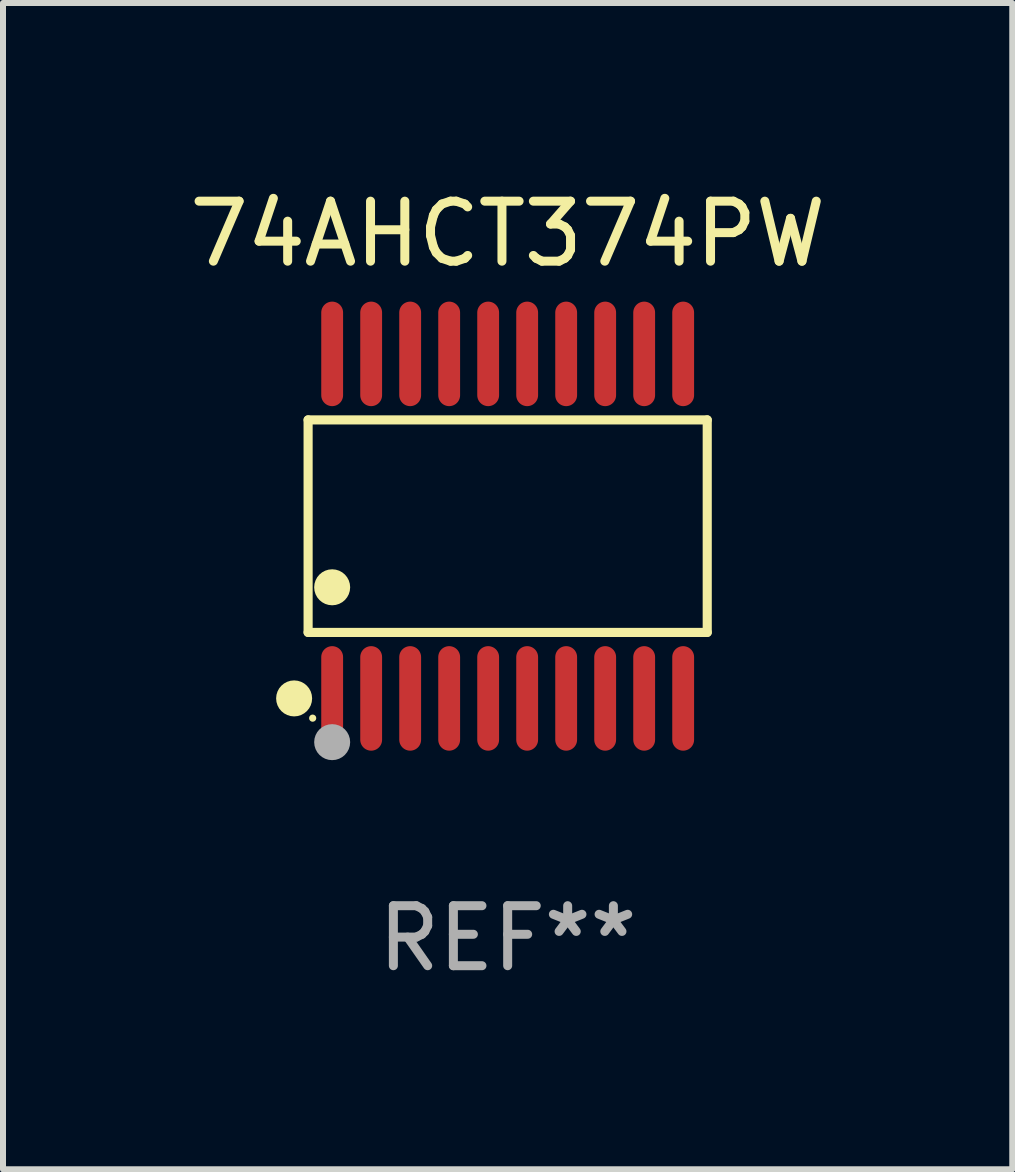
<source format=kicad_pcb>
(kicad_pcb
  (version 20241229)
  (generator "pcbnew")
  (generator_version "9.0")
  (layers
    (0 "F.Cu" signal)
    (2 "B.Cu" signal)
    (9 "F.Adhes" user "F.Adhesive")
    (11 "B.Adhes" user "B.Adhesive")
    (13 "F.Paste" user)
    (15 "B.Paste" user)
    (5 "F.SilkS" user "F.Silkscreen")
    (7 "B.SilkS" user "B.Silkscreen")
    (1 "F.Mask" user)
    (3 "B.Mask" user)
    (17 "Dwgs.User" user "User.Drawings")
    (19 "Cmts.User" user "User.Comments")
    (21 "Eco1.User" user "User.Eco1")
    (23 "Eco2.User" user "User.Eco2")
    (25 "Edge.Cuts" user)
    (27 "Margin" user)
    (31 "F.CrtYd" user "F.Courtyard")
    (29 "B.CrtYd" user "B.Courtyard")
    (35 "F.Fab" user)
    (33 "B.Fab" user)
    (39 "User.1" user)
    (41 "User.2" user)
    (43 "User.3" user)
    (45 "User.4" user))
  (footprint "74AHCT374PW"
    (layer "F.Cu")
    (at 5.411 5.719)
    (property "Reference" "74AHCT374PW" (at 0 -4.871 0) (layer "F.SilkS") (effects (font (size 1 1) (thickness 0.15))))
    (attr through_hole)
    (fp_line (start -3.326 -1.771) (end 3.326 -1.771) (stroke (width 0.152) (type solid)) (layer "F.SilkS"))
    (fp_line (start -3.326 1.771) (end -3.326 -1.771) (stroke (width 0.152) (type solid)) (layer "F.SilkS"))
    (fp_line (start 3.326 -1.771) (end 3.326 1.771) (stroke (width 0.152) (type solid)) (layer "F.SilkS"))
    (fp_line (start 3.326 1.771) (end -3.326 1.771) (stroke (width 0.152) (type solid)) (layer "F.SilkS"))
    (fp_circle (center -3.559 2.871) (end -3.409 2.871) (stroke (width 0.3) (type solid)) (fill no) (layer "F.SilkS"))
    (fp_circle (center -3.25 3.2) (end -3.22 3.2) (stroke (width 0.06) (type solid)) (fill no) (layer "F.SilkS"))
    (fp_circle (center -2.925 1.019) (end -2.775 1.019) (stroke (width 0.3) (type solid)) (fill no) (layer "F.SilkS"))
    (fp_circle (center -2.925 3.6) (end -2.775 3.6) (stroke (width 0.3) (type solid)) (fill no) (layer "F.Fab"))
    (fp_text user "REF**" (at 0 6.871 0) (layer "F.Fab") (effects (font (size 1 1) (thickness 0.15))))
    (pad "1" smd oval (at -2.925 2.871) (size 0.364 1.742) (layers "F.Cu" "F.Mask" "F.Paste"))
    (pad "2" smd oval (at -2.275 2.871) (size 0.364 1.742) (layers "F.Cu" "F.Mask" "F.Paste"))
    (pad "3" smd oval (at -1.625 2.871) (size 0.364 1.742) (layers "F.Cu" "F.Mask" "F.Paste"))
    (pad "4" smd oval (at -0.975 2.871) (size 0.364 1.742) (layers "F.Cu" "F.Mask" "F.Paste"))
    (pad "5" smd oval (at -0.325 2.871) (size 0.364 1.742) (layers "F.Cu" "F.Mask" "F.Paste"))
    (pad "6" smd oval (at 0.325 2.871) (size 0.364 1.742) (layers "F.Cu" "F.Mask" "F.Paste"))
    (pad "7" smd oval (at 0.975 2.871) (size 0.364 1.742) (layers "F.Cu" "F.Mask" "F.Paste"))
    (pad "8" smd oval (at 1.625 2.871) (size 0.364 1.742) (layers "F.Cu" "F.Mask" "F.Paste"))
    (pad "9" smd oval (at 2.275 2.871) (size 0.364 1.742) (layers "F.Cu" "F.Mask" "F.Paste"))
    (pad "10" smd oval (at 2.925 2.871) (size 0.364 1.742) (layers "F.Cu" "F.Mask" "F.Paste"))
    (pad "11" smd oval (at 2.925 -2.871) (size 0.364 1.742) (layers "F.Cu" "F.Mask" "F.Paste"))
    (pad "12" smd oval (at 2.275 -2.871) (size 0.364 1.742) (layers "F.Cu" "F.Mask" "F.Paste"))
    (pad "13" smd oval (at 1.625 -2.871) (size 0.364 1.742) (layers "F.Cu" "F.Mask" "F.Paste"))
    (pad "14" smd oval (at 0.975 -2.871) (size 0.364 1.742) (layers "F.Cu" "F.Mask" "F.Paste"))
    (pad "15" smd oval (at 0.325 -2.871) (size 0.364 1.742) (layers "F.Cu" "F.Mask" "F.Paste"))
    (pad "16" smd oval (at -0.325 -2.871) (size 0.364 1.742) (layers "F.Cu" "F.Mask" "F.Paste"))
    (pad "17" smd oval (at -0.975 -2.871) (size 0.364 1.742) (layers "F.Cu" "F.Mask" "F.Paste"))
    (pad "18" smd oval (at -1.625 -2.871) (size 0.364 1.742) (layers "F.Cu" "F.Mask" "F.Paste"))
    (pad "19" smd oval (at -2.275 -2.871) (size 0.364 1.742) (layers "F.Cu" "F.Mask" "F.Paste"))
    (pad "20" smd oval (at -2.925 -2.871) (size 0.364 1.742) (layers "F.Cu" "F.Mask" "F.Paste")))
  (gr_rect
    (start -3 -3)
    (end 13.821 16.438)
    (stroke (width 0.1) (type default))
    (fill no)
    (layer "Edge.Cuts")))
</source>
